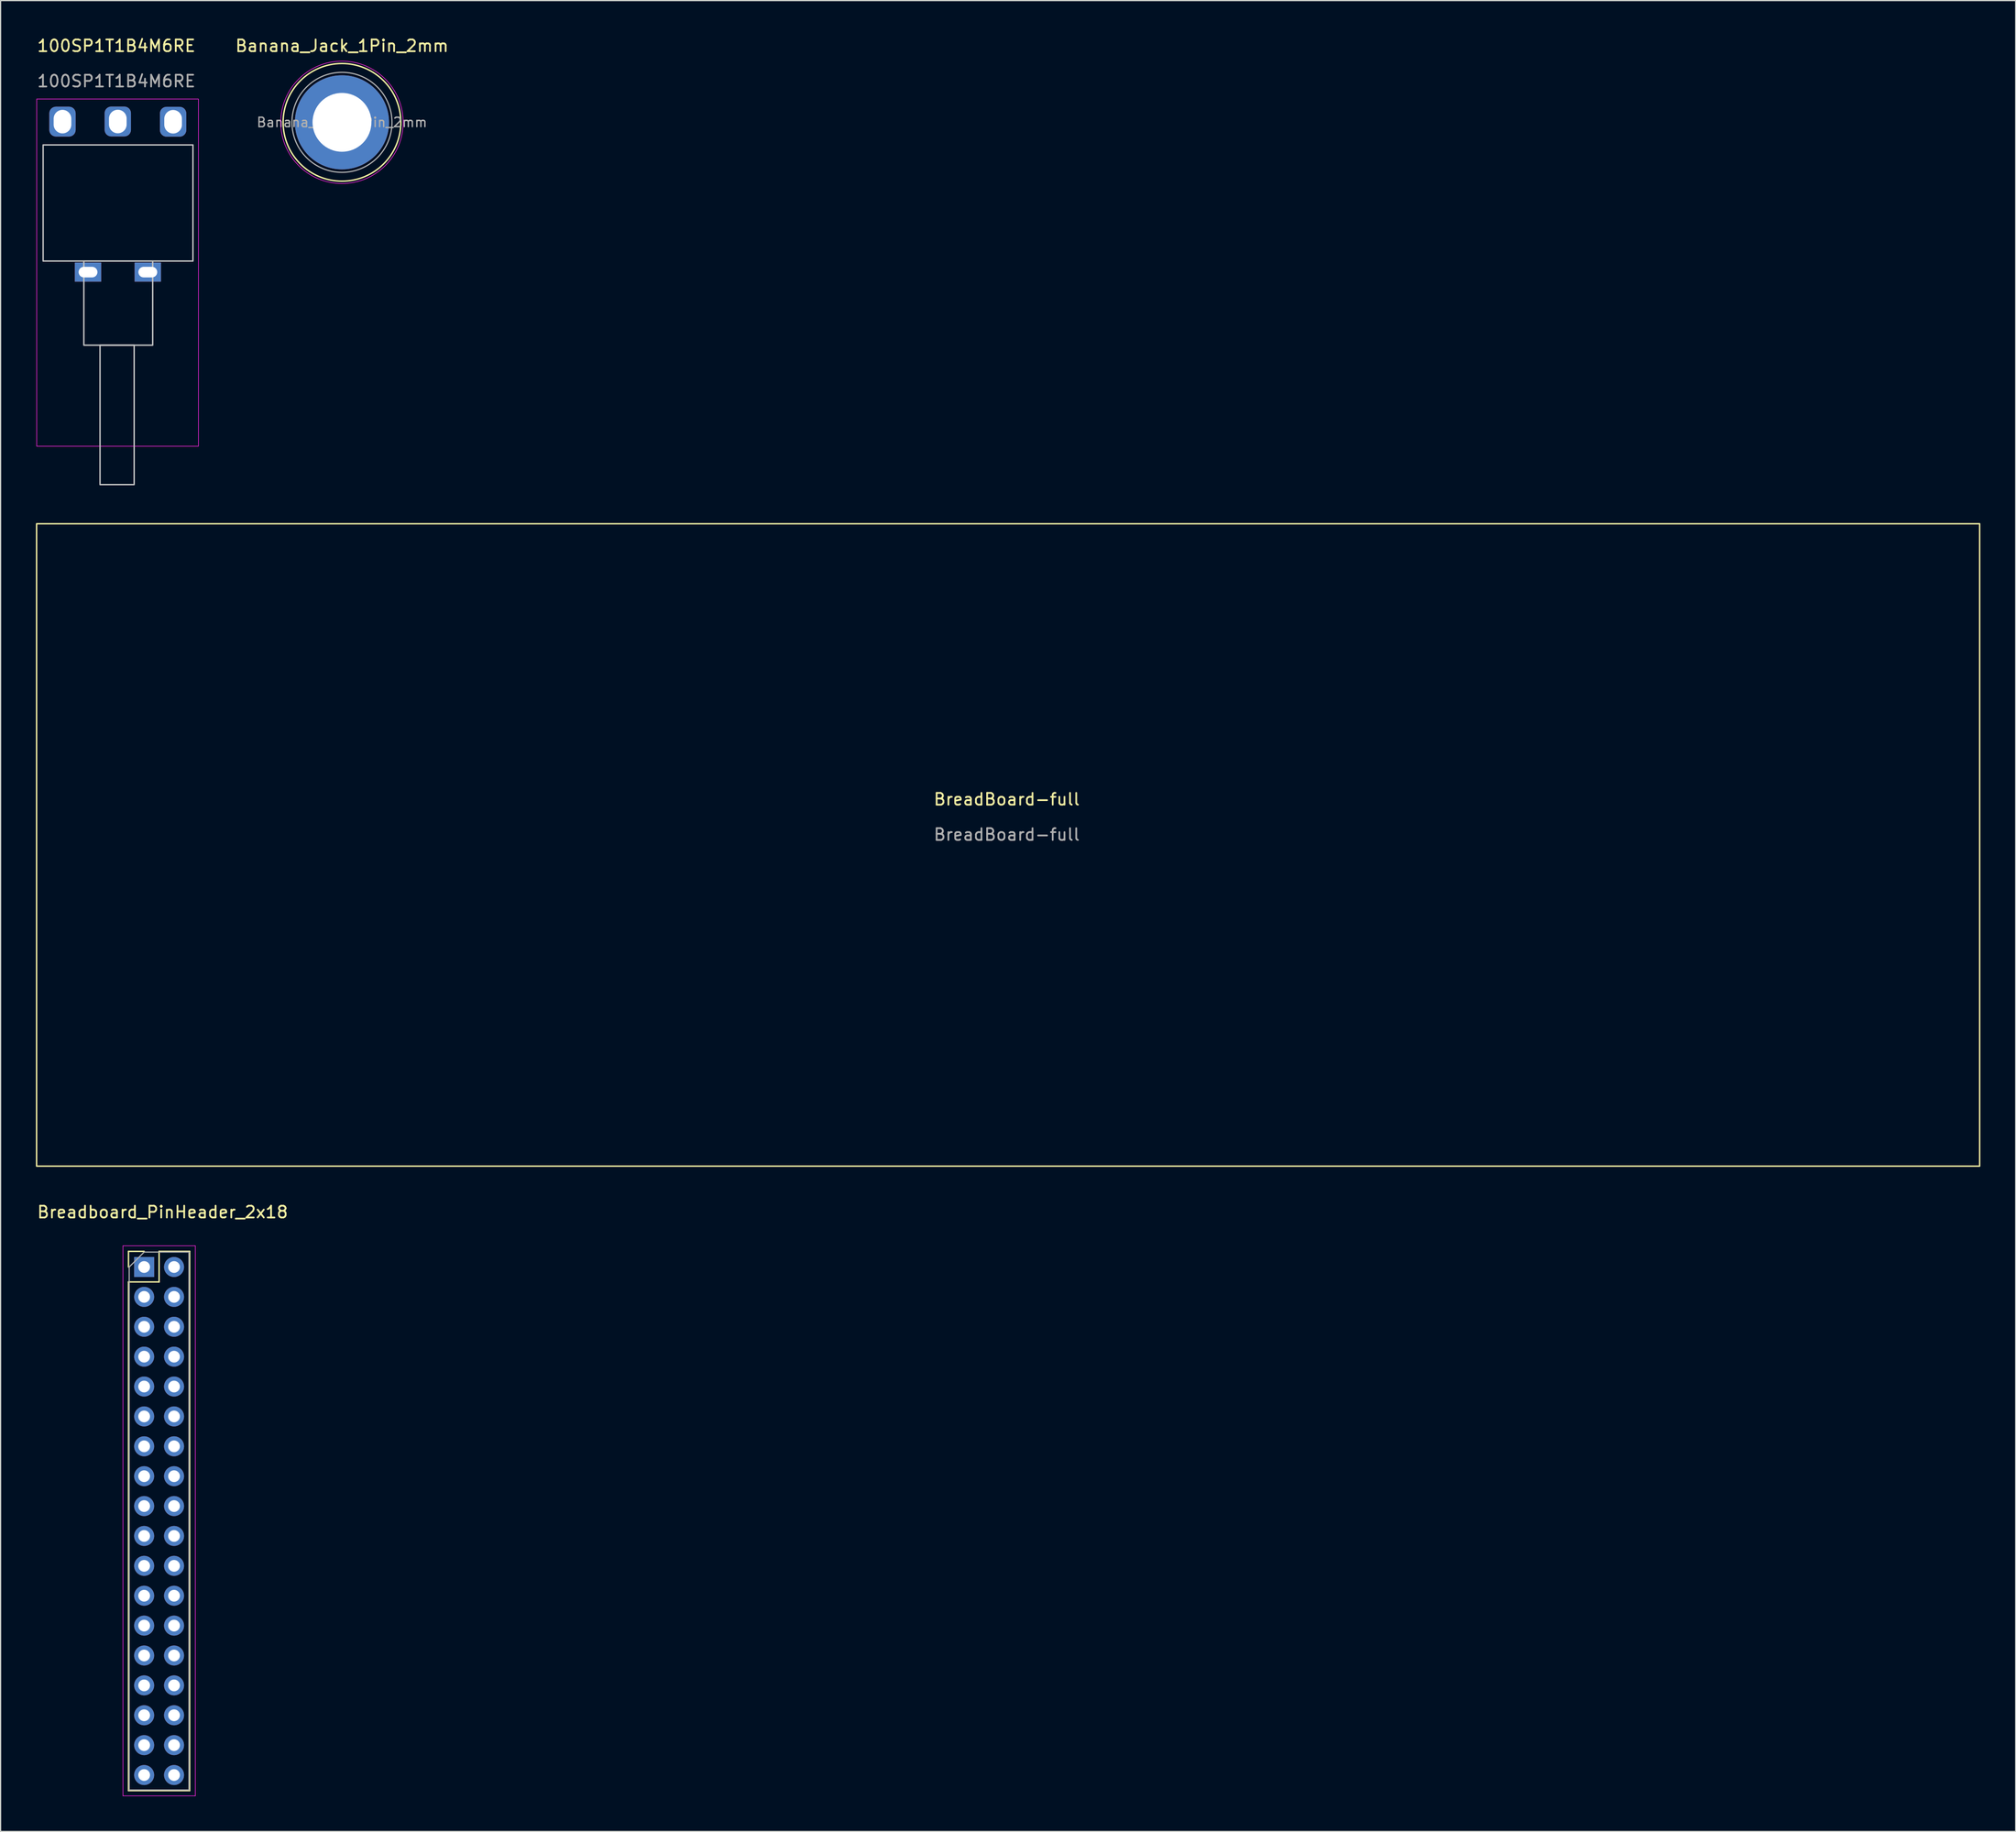
<source format=kicad_pcb>
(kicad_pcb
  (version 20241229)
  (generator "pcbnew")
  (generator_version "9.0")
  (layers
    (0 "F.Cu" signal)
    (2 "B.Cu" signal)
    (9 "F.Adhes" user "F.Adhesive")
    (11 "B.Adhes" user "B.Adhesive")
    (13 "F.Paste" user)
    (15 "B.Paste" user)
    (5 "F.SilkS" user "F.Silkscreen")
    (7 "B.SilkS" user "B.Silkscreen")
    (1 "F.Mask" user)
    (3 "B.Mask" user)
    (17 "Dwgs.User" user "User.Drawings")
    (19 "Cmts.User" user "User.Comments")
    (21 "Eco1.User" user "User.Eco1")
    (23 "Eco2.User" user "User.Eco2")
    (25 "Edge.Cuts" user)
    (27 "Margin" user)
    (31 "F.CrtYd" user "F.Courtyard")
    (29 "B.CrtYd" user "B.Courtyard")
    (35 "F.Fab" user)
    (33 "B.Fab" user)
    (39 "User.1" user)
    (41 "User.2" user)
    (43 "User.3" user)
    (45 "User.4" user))
  (footprint "BreadBoard-full"
    (layer "F.Cu")
    (at 82.62 41.448)
    (property "Reference" "BreadBoard-full" (at -0.13 23.44 0) (unlocked yes) (layer "F.SilkS") (effects (font (size 1 1) (thickness 0.15))))
    (fp_rect (start -82.56 0.02) (end 82.54 54.62) (stroke (width 0.12) (type solid)) (fill no) (layer "F.SilkS"))
    (fp_text user "${REFERENCE}" (at -0.13 26.44 0) (unlocked yes) (layer "F.Fab") (effects (font (size 1 1) (thickness 0.15)))))
  (footprint "100SP1T1B4M6RE"
    (layer "F.Cu")
    (at 6.769 16.448)
    (property "Reference" "100SP1T1B4M6RE" (at 0.07 -15.6 0) (unlocked yes) (layer "F.SilkS") (effects (font (size 1 1) (thickness 0.15))))
    (attr through_hole)
    (fp_rect (start -6.155 -7.18) (end 6.575 2.69) (stroke (width 0.12) (type solid)) (fill no) (layer "Dwgs.User"))
    (fp_rect (start -2.695 9.84) (end 3.155 2.69) (stroke (width 0.12) (type solid)) (fill no) (layer "Dwgs.User"))
    (fp_rect (start -1.32 9.84) (end 1.58 21.69) (stroke (width 0.12) (type solid)) (fill no) (layer "Dwgs.User"))
    (fp_rect (start -6.7 -11.08) (end 7.04 18.43) (stroke (width 0.05) (type solid)) (fill no) (layer "F.CrtYd"))
    (fp_text user "${REFERENCE}" (at 0.07 -12.6 0) (unlocked yes) (layer "F.Fab") (effects (font (size 1 1) (thickness 0.15))))
    (pad "" thru_hole rect (at -2.34 3.63 180) (size 2.24 1.624) (drill oval 1.6 0.9) (layers "*.Cu" "*.Mask"))
    (pad "" thru_hole rect (at 2.74 3.63 180) (size 2.24 1.624) (drill oval 1.6 0.9) (layers "*.Cu" "*.Mask"))
    (pad "4" thru_hole roundrect (at 4.89 -9.15 270) (size 2.54 2.24) (drill oval 2 1.5) (layers "*.Cu" "*.Mask") (roundrect_rratio 0.25))
    (pad "5" thru_hole roundrect (at 0.19 -9.17 270) (size 2.54 2.24) (drill oval 2 1.5) (layers "*.Cu" "*.Mask") (roundrect_rratio 0.25))
    (pad "6" thru_hole roundrect (at -4.51 -9.16 270) (size 2.54 2.24) (drill oval 2 1.5) (layers "*.Cu" "*.Mask") (roundrect_rratio 0.25)))
  (footprint "Banana_Jack_1Pin_2mm"
    (layer "F.Cu")
    (at 26.007 7.348)
    (property "Reference" "Banana_Jack_1Pin_2mm" (at 0 -6.5 0) (layer "F.SilkS") (effects (font (size 1 1) (thickness 0.15))))
    (attr through_hole)
    (fp_circle (center 0 0) (end 5 0) (stroke (width 0.12) (type solid)) (fill no) (layer "F.SilkS"))
    (fp_circle (center 0 0) (end 5.2 0) (stroke (width 0.05) (type solid)) (fill no) (layer "F.CrtYd"))
    (fp_circle (center 0 0) (end 2 0) (stroke (width 0.1) (type solid)) (fill no) (layer "F.Fab"))
    (fp_circle (center 0 0) (end 4.25 0) (stroke (width 0.1) (type solid)) (fill no) (layer "F.Fab"))
    (fp_text user "${REFERENCE}" (at 0 0 0) (layer "F.Fab") (effects (font (size 0.8 0.8) (thickness 0.12))))
    (pad "1" thru_hole circle (at 0 0) (size 8 8) (drill 5) (layers "*.Cu" "*.Mask")))
  (footprint "Breadboard_PinHeader_2x18"
    (layer "F.Cu")
    (at 10.618 118.766)
    (property "Reference" "Breadboard_PinHeader_2x18" (at 0.15 -18.79 0) (unlocked yes) (layer "F.SilkS") (effects (font (size 1 1) (thickness 0.15))))
    (attr through_hole)
    (fp_line (start -2.75 -15.455) (end -1.42 -15.455) (stroke (width 0.12) (type solid)) (layer "F.SilkS"))
    (fp_line (start -2.75 -14.125) (end -2.75 -15.455) (stroke (width 0.12) (type solid)) (layer "F.SilkS"))
    (fp_line (start -2.75 -12.855) (end -2.75 30.385) (stroke (width 0.12) (type solid)) (layer "F.SilkS"))
    (fp_line (start -2.75 -12.855) (end -0.15 -12.855) (stroke (width 0.12) (type solid)) (layer "F.SilkS"))
    (fp_line (start -2.75 30.385) (end 2.45 30.385) (stroke (width 0.12) (type solid)) (layer "F.SilkS"))
    (fp_line (start -0.15 -15.455) (end 2.45 -15.455) (stroke (width 0.12) (type solid)) (layer "F.SilkS"))
    (fp_line (start -0.15 -12.855) (end -0.15 -15.455) (stroke (width 0.12) (type solid)) (layer "F.SilkS"))
    (fp_line (start 2.45 -15.455) (end 2.45 30.385) (stroke (width 0.12) (type solid)) (layer "F.SilkS"))
    (fp_line (start -3.22 -15.925) (end -3.22 30.825) (stroke (width 0.05) (type solid)) (layer "F.CrtYd"))
    (fp_line (start -3.22 30.825) (end 2.93 30.825) (stroke (width 0.05) (type solid)) (layer "F.CrtYd"))
    (fp_line (start 2.93 -15.925) (end -3.22 -15.925) (stroke (width 0.05) (type solid)) (layer "F.CrtYd"))
    (fp_line (start 2.93 30.825) (end 2.93 -15.925) (stroke (width 0.05) (type solid)) (layer "F.CrtYd"))
    (fp_line (start -2.69 -14.125) (end -1.42 -15.395) (stroke (width 0.1) (type solid)) (layer "F.Fab"))
    (fp_line (start -2.69 30.325) (end -2.69 -14.125) (stroke (width 0.1) (type solid)) (layer "F.Fab"))
    (fp_line (start -1.42 -15.395) (end 2.39 -15.395) (stroke (width 0.1) (type solid)) (layer "F.Fab"))
    (fp_line (start 2.39 -15.395) (end 2.39 30.325) (stroke (width 0.1) (type solid)) (layer "F.Fab"))
    (fp_line (start 2.39 30.325) (end -2.69 30.325) (stroke (width 0.1) (type solid)) (layer "F.Fab"))
    (pad "1" thru_hole rect (at -1.42 -14.125) (size 1.7 1.7) (drill 1) (layers "*.Cu" "*.Mask"))
    (pad "2" thru_hole oval (at 1.12 -14.125) (size 1.7 1.7) (drill 1) (layers "*.Cu" "*.Mask"))
    (pad "3" thru_hole oval (at -1.42 -11.585) (size 1.7 1.7) (drill 1) (layers "*.Cu" "*.Mask"))
    (pad "4" thru_hole oval (at 1.12 -11.585) (size 1.7 1.7) (drill 1) (layers "*.Cu" "*.Mask"))
    (pad "5" thru_hole oval (at -1.42 -9.045) (size 1.7 1.7) (drill 1) (layers "*.Cu" "*.Mask"))
    (pad "6" thru_hole oval (at 1.12 -9.045) (size 1.7 1.7) (drill 1) (layers "*.Cu" "*.Mask"))
    (pad "7" thru_hole oval (at -1.42 -6.505) (size 1.7 1.7) (drill 1) (layers "*.Cu" "*.Mask"))
    (pad "8" thru_hole oval (at 1.12 -6.505) (size 1.7 1.7) (drill 1) (layers "*.Cu" "*.Mask"))
    (pad "9" thru_hole oval (at -1.42 -3.965) (size 1.7 1.7) (drill 1) (layers "*.Cu" "*.Mask"))
    (pad "10" thru_hole oval (at 1.12 -3.965) (size 1.7 1.7) (drill 1) (layers "*.Cu" "*.Mask"))
    (pad "11" thru_hole oval (at -1.42 -1.425) (size 1.7 1.7) (drill 1) (layers "*.Cu" "*.Mask"))
    (pad "12" thru_hole oval (at 1.12 -1.425) (size 1.7 1.7) (drill 1) (layers "*.Cu" "*.Mask"))
    (pad "13" thru_hole oval (at -1.42 1.115) (size 1.7 1.7) (drill 1) (layers "*.Cu" "*.Mask"))
    (pad "14" thru_hole oval (at 1.12 1.115) (size 1.7 1.7) (drill 1) (layers "*.Cu" "*.Mask"))
    (pad "15" thru_hole oval (at -1.42 3.655) (size 1.7 1.7) (drill 1) (layers "*.Cu" "*.Mask"))
    (pad "16" thru_hole oval (at 1.12 3.655) (size 1.7 1.7) (drill 1) (layers "*.Cu" "*.Mask"))
    (pad "17" thru_hole oval (at -1.42 6.195) (size 1.7 1.7) (drill 1) (layers "*.Cu" "*.Mask"))
    (pad "18" thru_hole oval (at 1.12 6.195) (size 1.7 1.7) (drill 1) (layers "*.Cu" "*.Mask"))
    (pad "19" thru_hole oval (at -1.42 8.735) (size 1.7 1.7) (drill 1) (layers "*.Cu" "*.Mask"))
    (pad "20" thru_hole oval (at 1.12 8.735) (size 1.7 1.7) (drill 1) (layers "*.Cu" "*.Mask"))
    (pad "21" thru_hole oval (at -1.42 11.275) (size 1.7 1.7) (drill 1) (layers "*.Cu" "*.Mask"))
    (pad "22" thru_hole oval (at 1.12 11.275) (size 1.7 1.7) (drill 1) (layers "*.Cu" "*.Mask"))
    (pad "23" thru_hole oval (at -1.42 13.815) (size 1.7 1.7) (drill 1) (layers "*.Cu" "*.Mask"))
    (pad "24" thru_hole oval (at 1.12 13.815) (size 1.7 1.7) (drill 1) (layers "*.Cu" "*.Mask"))
    (pad "25" thru_hole oval (at -1.42 16.355) (size 1.7 1.7) (drill 1) (layers "*.Cu" "*.Mask"))
    (pad "26" thru_hole oval (at 1.12 16.355) (size 1.7 1.7) (drill 1) (layers "*.Cu" "*.Mask"))
    (pad "27" thru_hole oval (at -1.42 18.895) (size 1.7 1.7) (drill 1) (layers "*.Cu" "*.Mask"))
    (pad "28" thru_hole oval (at 1.12 18.895) (size 1.7 1.7) (drill 1) (layers "*.Cu" "*.Mask"))
    (pad "29" thru_hole oval (at -1.42 21.435) (size 1.7 1.7) (drill 1) (layers "*.Cu" "*.Mask"))
    (pad "30" thru_hole oval (at 1.12 21.435) (size 1.7 1.7) (drill 1) (layers "*.Cu" "*.Mask"))
    (pad "31" thru_hole oval (at -1.42 23.975) (size 1.7 1.7) (drill 1) (layers "*.Cu" "*.Mask"))
    (pad "32" thru_hole oval (at 1.12 23.975) (size 1.7 1.7) (drill 1) (layers "*.Cu" "*.Mask"))
    (pad "33" thru_hole oval (at -1.42 26.515) (size 1.7 1.7) (drill 1) (layers "*.Cu" "*.Mask"))
    (pad "34" thru_hole oval (at 1.12 26.515) (size 1.7 1.7) (drill 1) (layers "*.Cu" "*.Mask"))
    (pad "35" thru_hole oval (at -1.42 29.055) (size 1.7 1.7) (drill 1) (layers "*.Cu" "*.Mask"))
    (pad "36" thru_hole oval (at 1.12 29.055) (size 1.7 1.7) (drill 1) (layers "*.Cu" "*.Mask")))
  (gr_rect
    (start -3 -3)
    (end 168.22 152.617)
    (stroke (width 0.1) (type default))
    (fill no)
    (layer "Edge.Cuts")))
</source>
